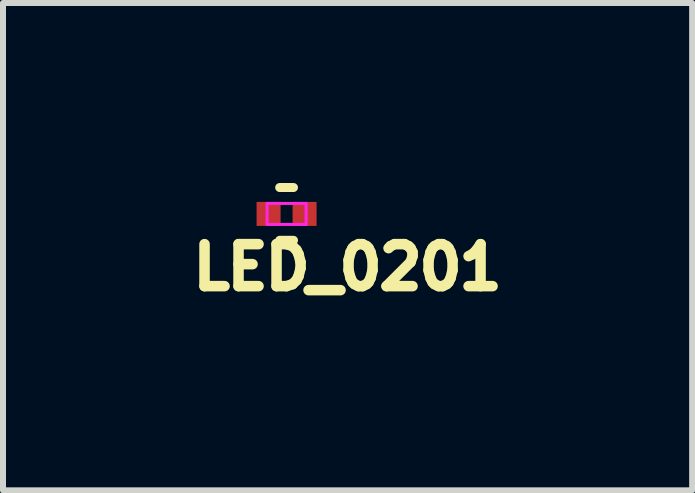
<source format=kicad_pcb>
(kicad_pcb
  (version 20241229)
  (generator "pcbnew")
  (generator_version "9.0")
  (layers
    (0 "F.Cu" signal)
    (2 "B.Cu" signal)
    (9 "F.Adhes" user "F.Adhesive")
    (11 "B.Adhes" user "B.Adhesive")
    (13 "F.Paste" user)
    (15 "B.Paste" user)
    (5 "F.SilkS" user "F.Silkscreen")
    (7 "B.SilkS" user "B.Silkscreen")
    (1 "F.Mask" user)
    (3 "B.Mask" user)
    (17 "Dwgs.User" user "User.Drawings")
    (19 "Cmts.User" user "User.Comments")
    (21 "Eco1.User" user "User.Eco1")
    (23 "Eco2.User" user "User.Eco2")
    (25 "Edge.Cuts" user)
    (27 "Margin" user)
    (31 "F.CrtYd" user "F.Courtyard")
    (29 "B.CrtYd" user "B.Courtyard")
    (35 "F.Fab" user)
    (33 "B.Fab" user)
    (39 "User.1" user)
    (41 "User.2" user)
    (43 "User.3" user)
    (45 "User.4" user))
  (footprint "LED_0201"
    (layer "F.Cu")
    (at 1.726 0.515)
    (property "Reference" "LED_0201" (at 1.016 0.889 0) (layer "F.SilkS") (effects (font (size 0.7 0.7) (thickness 0.175))))
    (attr smd)
    (fp_line (start -0.115 0.44) (end 0.115 0.44) (stroke (width 0.15) (type solid)) (layer "F.SilkS"))
    (fp_line (start 0.115 -0.44) (end -0.115 -0.44) (stroke (width 0.15) (type solid)) (layer "F.SilkS"))
    (fp_line (start -0.325 -0.175) (end 0.325 -0.175) (stroke (width 0.05) (type solid)) (layer "F.CrtYd"))
    (fp_line (start -0.325 0.175) (end -0.325 -0.175) (stroke (width 0.05) (type solid)) (layer "F.CrtYd"))
    (fp_line (start -0.325 0.175) (end 0.325 0.175) (stroke (width 0.05) (type solid)) (layer "F.CrtYd"))
    (fp_line (start 0.325 0.175) (end 0.325 -0.175) (stroke (width 0.05) (type solid)) (layer "F.CrtYd"))
    (pad "1" smd rect (at -0.3 0) (size 0.4 0.4) (layers "F.Cu" "F.Mask" "F.Paste"))
    (pad "2" smd rect (at 0.3 0) (size 0.4 0.4) (layers "F.Cu" "F.Mask" "F.Paste")))
  (gr_rect
    (start -3 -3)
    (end 8.485 5.121)
    (stroke (width 0.1) (type default))
    (fill no)
    (layer "Edge.Cuts")))
</source>
